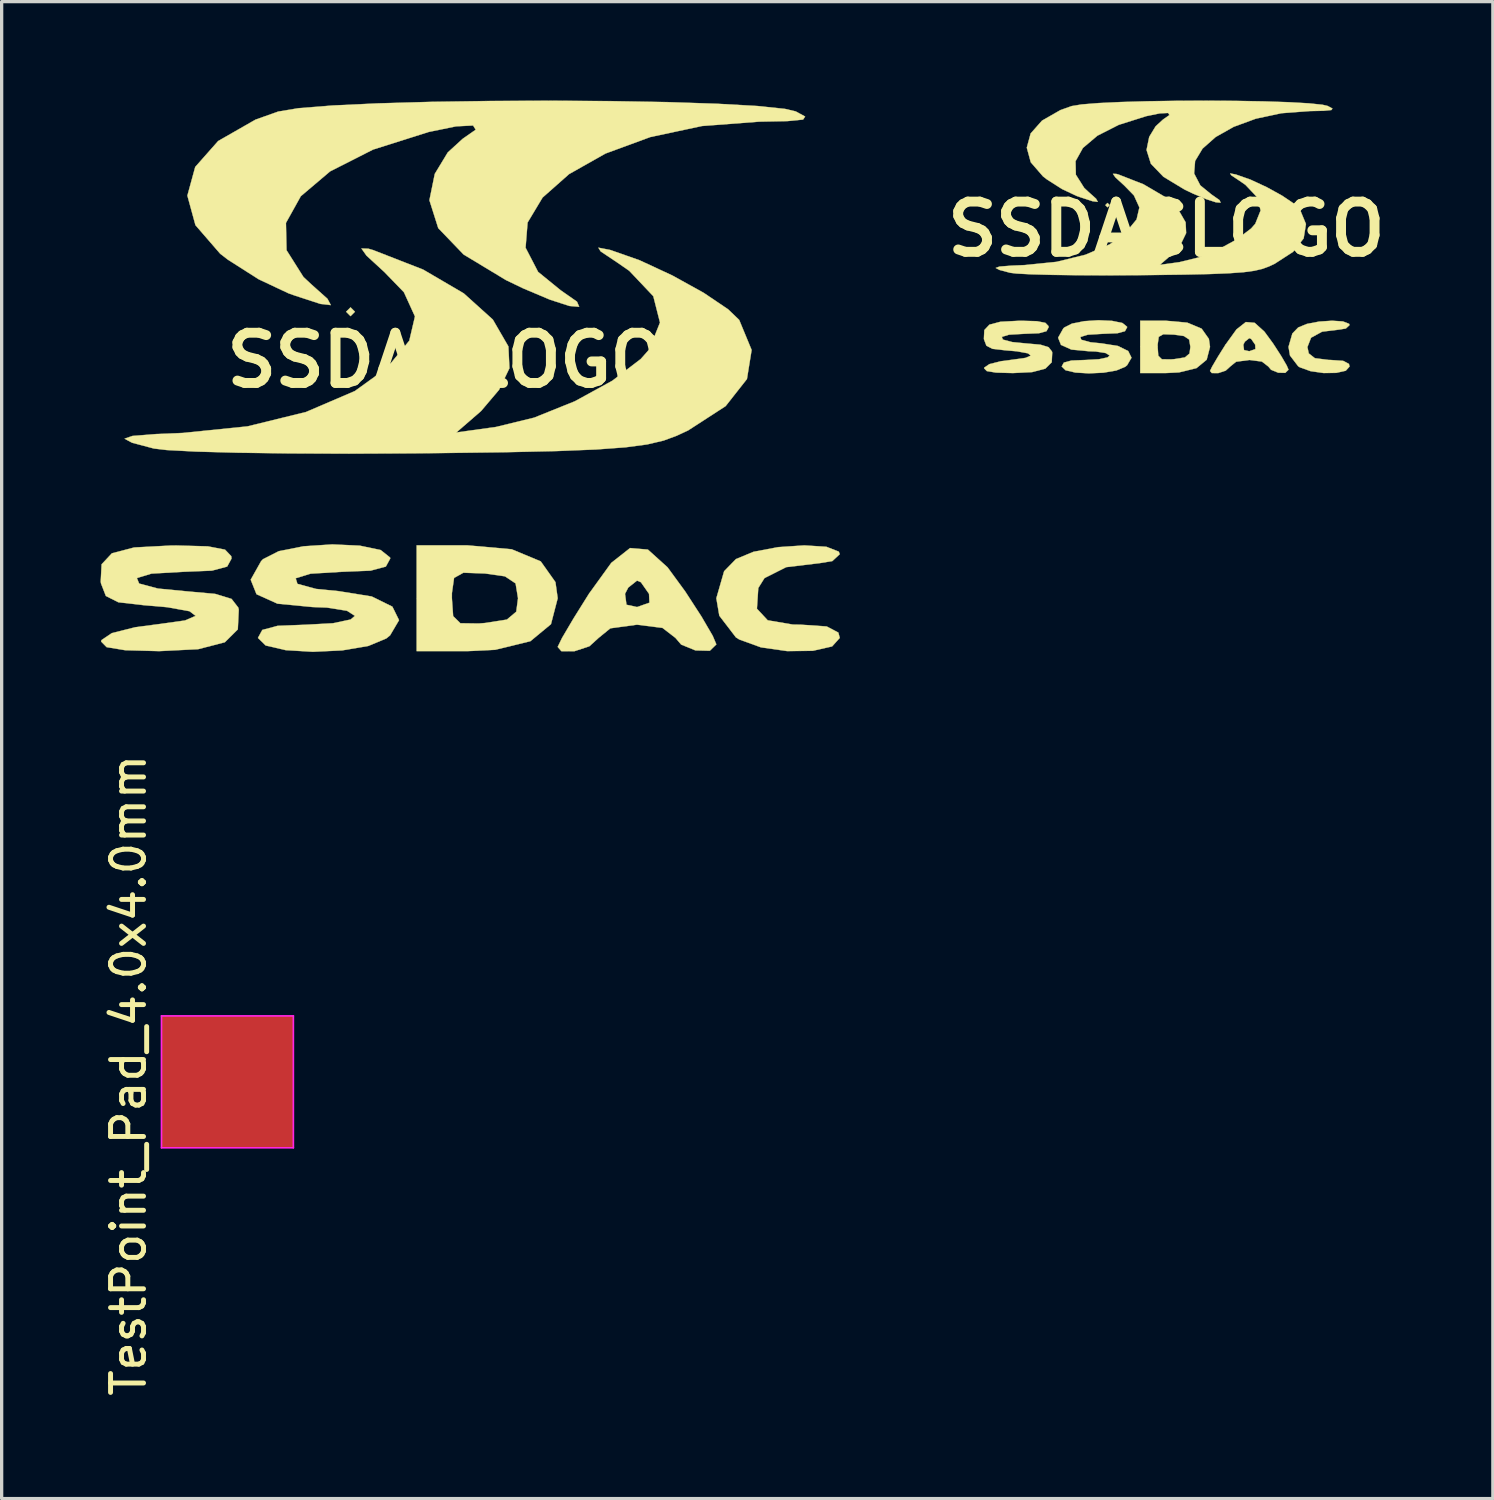
<source format=kicad_pcb>
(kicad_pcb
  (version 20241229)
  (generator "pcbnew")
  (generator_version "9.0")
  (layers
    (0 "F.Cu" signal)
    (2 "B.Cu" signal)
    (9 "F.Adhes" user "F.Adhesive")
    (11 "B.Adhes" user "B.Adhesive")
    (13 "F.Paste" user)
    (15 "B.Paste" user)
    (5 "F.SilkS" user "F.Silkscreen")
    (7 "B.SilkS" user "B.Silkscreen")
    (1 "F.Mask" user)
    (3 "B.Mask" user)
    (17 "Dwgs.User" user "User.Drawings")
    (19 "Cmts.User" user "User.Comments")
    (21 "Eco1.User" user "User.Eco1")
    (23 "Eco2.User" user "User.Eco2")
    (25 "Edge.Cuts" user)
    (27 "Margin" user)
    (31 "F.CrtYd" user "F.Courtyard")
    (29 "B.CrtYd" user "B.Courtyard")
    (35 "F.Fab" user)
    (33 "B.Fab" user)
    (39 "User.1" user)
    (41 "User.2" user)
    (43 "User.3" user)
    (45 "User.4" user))
  (footprint "TestPoint_Pad_4.0x4.0mm"
    (layer "F.Cu")
    (at 3.848 29.763)
    (property "Reference" "TestPoint_Pad_4.0x4.0mm" (at -3 -0.2 270) (layer "F.SilkS") (effects (font (size 1 1) (thickness 0.15))))
    (attr exclude_from_pos_files)
    (fp_line (start -2 -2) (end -2 2) (stroke (width 0.05) (type solid)) (layer "F.CrtYd"))
    (fp_line (start -2 -2) (end 2 -2) (stroke (width 0.05) (type solid)) (layer "F.CrtYd"))
    (fp_line (start 2 2) (end -2 2) (stroke (width 0.05) (type solid)) (layer "F.CrtYd"))
    (fp_line (start 2 2) (end 2 -2) (stroke (width 0.05) (type solid)) (layer "F.CrtYd"))
    (pad "1" smd rect (at 0 0) (size 4 4) (layers "F.Cu" "F.Mask")))
  (footprint "SSDACLOGO"
    (layer "F.Cu")
    (at 32.327 3.899)
    (property "Reference" "SSDACLOGO" (at 0 0 0) (layer "F.SilkS") (effects (font (size 1.524 1.524) (thickness 0.3))))
    (attr through_hole)
    (fp_poly (pts (xy -1.72 -0.728) (xy -1.786 -0.661) (xy -1.852 -0.728) (xy -1.786 -0.794) (xy -1.72 -0.728)) (stroke (width 0.01) (type solid)) (fill yes) (layer "F.SilkS"))
    (fp_poly (pts (xy 0.633 2.837) (xy 1.069 3.019) (xy 1.289 3.33) (xy 1.323 3.572) (xy 1.222 3.961) (xy 0.913 4.216) (xy 0.383 4.346) (xy -0.029 4.366) (xy -0.794 4.366) (xy -0.794 3.572) (xy -0.265 3.572) (xy -0.246 3.84) (xy -0.138 3.947) (xy 0.138 3.951) (xy 0.232 3.944) (xy 0.561 3.892) (xy 0.701 3.774) (xy 0.728 3.572) (xy 0.691 3.349) (xy 0.531 3.243) (xy 0.232 3.2) (xy -0.093 3.189) (xy -0.232 3.267) (xy -0.264 3.494) (xy -0.265 3.572) (xy -0.794 3.572) (xy -0.794 2.778) (xy -0.029 2.778) (xy 0.633 2.837)) (stroke (width 0.01) (type solid)) (fill yes) (layer "F.SilkS"))
    (fp_poly (pts (xy 5.355 2.8) (xy 5.541 2.872) (xy 5.556 2.91) (xy 5.444 3.014) (xy 5.259 3.045) (xy 4.722 3.111) (xy 4.388 3.294) (xy 4.277 3.577) (xy 4.318 3.77) (xy 4.503 3.915) (xy 4.921 3.968) (xy 4.975 3.969) (xy 5.362 3.996) (xy 5.536 4.088) (xy 5.556 4.167) (xy 5.441 4.295) (xy 5.151 4.36) (xy 4.768 4.365) (xy 4.373 4.308) (xy 4.049 4.192) (xy 3.998 4.16) (xy 3.749 3.834) (xy 3.704 3.572) (xy 3.821 3.166) (xy 3.998 2.984) (xy 4.262 2.875) (xy 4.631 2.805) (xy 5.024 2.779) (xy 5.355 2.8)) (stroke (width 0.01) (type solid)) (fill yes) (layer "F.SilkS"))
    (fp_poly (pts (xy 2.677 2.842) (xy 2.972 3.108) (xy 3.238 3.471) (xy 3.481 3.847) (xy 3.649 4.136) (xy 3.704 4.265) (xy 3.606 4.36) (xy 3.391 4.355) (xy 3.176 4.267) (xy 3.091 4.167) (xy 2.896 4.017) (xy 2.514 3.969) (xy 2.113 4.023) (xy 1.937 4.167) (xy 1.799 4.292) (xy 1.573 4.367) (xy 1.378 4.366) (xy 1.323 4.302) (xy 1.389 4.167) (xy 1.561 3.874) (xy 1.79 3.508) (xy 1.792 3.506) (xy 2.333 3.506) (xy 2.355 3.669) (xy 2.514 3.704) (xy 2.7 3.639) (xy 2.694 3.506) (xy 2.572 3.331) (xy 2.514 3.307) (xy 2.382 3.412) (xy 2.333 3.506) (xy 1.792 3.506) (xy 2.127 3.041) (xy 2.409 2.819) (xy 2.677 2.842)) (stroke (width 0.01) (type solid)) (fill yes) (layer "F.SilkS"))
    (fp_poly (pts (xy -1.648 2.783) (xy -1.333 2.848) (xy -1.192 2.962) (xy -1.191 2.977) (xy -1.256 3.096) (xy -1.485 3.158) (xy -1.918 3.175) (xy -2.386 3.203) (xy -2.609 3.272) (xy -2.583 3.356) (xy -2.303 3.432) (xy -1.965 3.466) (xy -1.469 3.545) (xy -1.158 3.698) (xy -1.058 3.901) (xy -1.192 4.129) (xy -1.249 4.175) (xy -1.519 4.288) (xy -1.912 4.355) (xy -2.351 4.375) (xy -2.759 4.351) (xy -3.059 4.281) (xy -3.175 4.167) (xy -3.11 4.048) (xy -2.88 3.986) (xy -2.447 3.969) (xy -2.049 3.947) (xy -1.785 3.891) (xy -1.72 3.836) (xy -1.838 3.76) (xy -2.141 3.712) (xy -2.355 3.704) (xy -2.882 3.654) (xy -3.197 3.512) (xy -3.284 3.294) (xy -3.128 3.015) (xy -3.099 2.986) (xy -2.863 2.866) (xy -2.49 2.792) (xy -2.059 2.764) (xy -1.648 2.783)) (stroke (width 0.01) (type solid)) (fill yes) (layer "F.SilkS"))
    (fp_poly (pts (xy -3.927 2.793) (xy -3.67 2.843) (xy -3.576 2.941) (xy -3.572 2.977) (xy -3.637 3.096) (xy -3.866 3.158) (xy -4.299 3.175) (xy -4.773 3.202) (xy -4.992 3.269) (xy -4.959 3.351) (xy -4.676 3.426) (xy -4.268 3.466) (xy -3.817 3.506) (xy -3.572 3.582) (xy -3.471 3.712) (xy -3.463 3.744) (xy -3.478 4.039) (xy -3.672 4.232) (xy -4.073 4.337) (xy -4.657 4.366) (xy -5.167 4.352) (xy -5.446 4.306) (xy -5.528 4.222) (xy -5.524 4.2) (xy -5.368 4.095) (xy -5.014 4.006) (xy -4.686 3.963) (xy -4.27 3.905) (xy -4.111 3.836) (xy -4.201 3.767) (xy -4.535 3.706) (xy -4.895 3.675) (xy -5.271 3.632) (xy -5.458 3.538) (xy -5.53 3.351) (xy -5.535 3.322) (xy -5.522 3.062) (xy -5.367 2.898) (xy -5.033 2.81) (xy -4.48 2.781) (xy -4.399 2.78) (xy -3.927 2.793)) (stroke (width 0.01) (type solid)) (fill yes) (layer "F.SilkS"))
    (fp_poly (pts (xy 2.123 -3.889) (xy 2.969 -3.874) (xy 3.716 -3.849) (xy 4.32 -3.815) (xy 4.735 -3.772) (xy 4.895 -3.734) (xy 5.036 -3.657) (xy 5.005 -3.612) (xy 4.77 -3.589) (xy 4.346 -3.58) (xy 3.489 -3.515) (xy 2.712 -3.349) (xy 2.039 -3.102) (xy 1.493 -2.793) (xy 1.096 -2.441) (xy 0.871 -2.067) (xy 0.841 -1.688) (xy 1.029 -1.326) (xy 1.368 -1.05) (xy 1.612 -0.879) (xy 1.645 -0.802) (xy 1.5 -0.814) (xy 1.208 -0.909) (xy 0.804 -1.079) (xy 0.548 -1.202) (xy -0.089 -1.587) (xy -0.47 -1.982) (xy -0.602 -2.401) (xy -0.521 -2.797) (xy -0.326 -3.119) (xy -0.103 -3.323) (xy 0.093 -3.459) (xy 0.053 -3.523) (xy -0.202 -3.51) (xy -0.612 -3.426) (xy -1.447 -3.162) (xy -2.092 -2.834) (xy -2.532 -2.462) (xy -2.755 -2.061) (xy -2.746 -1.651) (xy -2.492 -1.249) (xy -2.371 -1.136) (xy -2.132 -0.922) (xy -2.082 -0.827) (xy -2.239 -0.846) (xy -2.62 -0.97) (xy -2.717 -1.004) (xy -3.165 -1.215) (xy -3.626 -1.509) (xy -3.742 -1.599) (xy -4.113 -2.027) (xy -4.234 -2.47) (xy -4.117 -2.901) (xy -3.772 -3.29) (xy -3.212 -3.611) (xy -2.871 -3.732) (xy -2.567 -3.782) (xy -2.053 -3.823) (xy -1.373 -3.855) (xy -0.571 -3.878) (xy 0.308 -3.891) (xy 1.221 -3.894) (xy 2.123 -3.889)) (stroke (width 0.01) (type solid)) (fill yes) (layer "F.SilkS"))
    (fp_poly (pts (xy 2.104 -1.657) (xy 2.117 -1.653) (xy 2.55 -1.501) (xy 3.042 -1.273) (xy 3.514 -1.012) (xy 3.882 -0.763) (xy 4.047 -0.604) (xy 4.233 -0.154) (xy 4.163 0.282) (xy 3.843 0.689) (xy 3.281 1.053) (xy 3.109 1.133) (xy 2.911 1.206) (xy 2.667 1.263) (xy 2.341 1.307) (xy 1.899 1.339) (xy 1.307 1.363) (xy 0.531 1.38) (xy -0.464 1.393) (xy -0.86 1.397) (xy -1.812 1.402) (xy -2.697 1.398) (xy -3.474 1.388) (xy -4.103 1.371) (xy -4.543 1.348) (xy -4.736 1.325) (xy -5.064 1.238) (xy -5.177 1.178) (xy -5.061 1.136) (xy -4.702 1.108) (xy -4.299 1.091) (xy -3.333 0.993) (xy -2.454 0.777) (xy -1.721 0.463) (xy -1.238 0.114) (xy -0.904 -0.293) (xy -0.819 -0.657) (xy -0.984 -1.021) (xy -1.28 -1.325) (xy -1.547 -1.57) (xy -1.622 -1.677) (xy -1.518 -1.674) (xy -1.445 -1.653) (xy -0.696 -1.36) (xy -0.087 -1.003) (xy 0.35 -0.61) (xy 0.583 -0.207) (xy 0.599 0.12) (xy 0.443 0.444) (xy 0.175 0.76) (xy 0.16 0.774) (xy -0.198 1.084) (xy 0.397 1.002) (xy 0.971 0.861) (xy 1.581 0.615) (xy 2.143 0.307) (xy 2.57 -0.019) (xy 2.696 -0.162) (xy 2.858 -0.566) (xy 2.758 -0.961) (xy 2.397 -1.343) (xy 2.219 -1.466) (xy 1.968 -1.633) (xy 1.933 -1.689) (xy 2.104 -1.657)) (stroke (width 0.01) (type solid)) (fill yes) (layer "F.SilkS")))
  (footprint "SSDACLOGO3"
    (layer "F.Cu")
    (at 11.191 7.876)
    (property "Reference" "SSDACLOGO3" (at 0 0 0) (layer "F.SilkS") (effects (font (size 1.524 1.524) (thickness 0.3))))
    (attr through_hole)
    (fp_poly (pts (xy -3.476 -1.471) (xy -3.609 -1.337) (xy -3.743 -1.471) (xy -3.609 -1.604) (xy -3.476 -1.471)) (stroke (width 0.01) (type solid)) (fill yes) (layer "F.SilkS"))
    (fp_poly (pts (xy 1.279 5.734) (xy 2.16 6.101) (xy 2.606 6.73) (xy 2.674 7.219) (xy 2.47 8.005) (xy 1.845 8.522) (xy 0.774 8.783) (xy -0.059 8.823) (xy -1.604 8.823) (xy -1.604 7.219) (xy -0.535 7.219) (xy -0.497 7.761) (xy -0.278 7.977) (xy 0.278 7.985) (xy 0.468 7.97) (xy 1.133 7.866) (xy 1.417 7.627) (xy 1.471 7.219) (xy 1.397 6.769) (xy 1.074 6.554) (xy 0.468 6.468) (xy -0.187 6.445) (xy -0.469 6.603) (xy -0.534 7.061) (xy -0.535 7.219) (xy -1.604 7.219) (xy -1.604 5.615) (xy -0.059 5.615) (xy 1.279 5.734)) (stroke (width 0.01) (type solid)) (fill yes) (layer "F.SilkS"))
    (fp_poly (pts (xy 10.823 5.658) (xy 11.199 5.805) (xy 11.229 5.882) (xy 11.003 6.092) (xy 10.628 6.153) (xy 9.604 6.276) (xy 8.946 6.607) (xy 8.758 6.909) (xy 8.717 7.537) (xy 9.044 7.888) (xy 9.804 8.017) (xy 10.049 8.021) (xy 10.834 8.075) (xy 11.186 8.26) (xy 11.229 8.422) (xy 10.997 8.68) (xy 10.411 8.813) (xy 9.636 8.822) (xy 8.838 8.708) (xy 8.184 8.471) (xy 8.081 8.407) (xy 7.576 7.748) (xy 7.486 7.219) (xy 7.722 6.399) (xy 8.081 6.031) (xy 8.613 5.81) (xy 9.36 5.669) (xy 10.154 5.616) (xy 10.823 5.658)) (stroke (width 0.01) (type solid)) (fill yes) (layer "F.SilkS"))
    (fp_poly (pts (xy 5.41 5.743) (xy 6.006 6.281) (xy 6.543 7.015) (xy 7.035 7.774) (xy 7.376 8.359) (xy 7.486 8.619) (xy 7.288 8.812) (xy 6.852 8.801) (xy 6.419 8.624) (xy 6.246 8.422) (xy 5.852 8.118) (xy 5.08 8.021) (xy 4.271 8.131) (xy 3.914 8.422) (xy 3.636 8.675) (xy 3.18 8.826) (xy 2.785 8.824) (xy 2.674 8.695) (xy 2.807 8.421) (xy 3.155 7.83) (xy 3.618 7.09) (xy 3.621 7.085) (xy 4.716 7.085) (xy 4.76 7.416) (xy 5.08 7.486) (xy 5.457 7.354) (xy 5.444 7.085) (xy 5.197 6.732) (xy 5.08 6.684) (xy 4.813 6.896) (xy 4.716 7.085) (xy 3.621 7.085) (xy 4.299 6.146) (xy 4.869 5.697) (xy 5.41 5.743)) (stroke (width 0.01) (type solid)) (fill yes) (layer "F.SilkS"))
    (fp_poly (pts (xy -3.33 5.624) (xy -2.694 5.757) (xy -2.409 5.985) (xy -2.406 6.016) (xy -2.538 6.258) (xy -3.002 6.382) (xy -3.877 6.417) (xy -4.823 6.474) (xy -5.273 6.613) (xy -5.22 6.783) (xy -4.655 6.936) (xy -3.971 7.004) (xy -2.968 7.165) (xy -2.34 7.474) (xy -2.138 7.884) (xy -2.41 8.345) (xy -2.524 8.438) (xy -3.07 8.666) (xy -3.865 8.801) (xy -4.752 8.843) (xy -5.576 8.793) (xy -6.183 8.652) (xy -6.417 8.422) (xy -6.285 8.18) (xy -5.822 8.056) (xy -4.946 8.021) (xy -4.141 7.977) (xy -3.607 7.864) (xy -3.476 7.754) (xy -3.716 7.599) (xy -4.327 7.502) (xy -4.759 7.486) (xy -5.825 7.384) (xy -6.461 7.097) (xy -6.637 6.657) (xy -6.321 6.094) (xy -6.264 6.035) (xy -5.786 5.792) (xy -5.033 5.643) (xy -4.162 5.586) (xy -3.33 5.624)) (stroke (width 0.01) (type solid)) (fill yes) (layer "F.SilkS"))
    (fp_poly (pts (xy -7.937 5.645) (xy -7.416 5.745) (xy -7.227 5.943) (xy -7.219 6.016) (xy -7.351 6.258) (xy -7.814 6.382) (xy -8.689 6.417) (xy -9.647 6.472) (xy -10.089 6.606) (xy -10.022 6.773) (xy -9.451 6.925) (xy -8.625 7.005) (xy -7.715 7.087) (xy -7.218 7.239) (xy -7.014 7.502) (xy -6.999 7.566) (xy -7.028 8.163) (xy -7.422 8.554) (xy -8.233 8.764) (xy -9.413 8.823) (xy -10.443 8.795) (xy -11.007 8.702) (xy -11.173 8.533) (xy -11.164 8.489) (xy -10.849 8.277) (xy -10.134 8.097) (xy -9.471 8.01) (xy -8.63 7.893) (xy -8.308 7.754) (xy -8.491 7.613) (xy -9.166 7.491) (xy -9.893 7.428) (xy -10.652 7.341) (xy -11.03 7.15) (xy -11.177 6.772) (xy -11.186 6.714) (xy -11.159 6.189) (xy -10.847 5.856) (xy -10.172 5.679) (xy -9.055 5.62) (xy -8.89 5.619) (xy -7.937 5.645)) (stroke (width 0.01) (type solid)) (fill yes) (layer "F.SilkS"))
    (fp_poly (pts (xy 4.29 -7.859) (xy 6.001 -7.829) (xy 7.511 -7.779) (xy 8.73 -7.711) (xy 9.57 -7.623) (xy 9.893 -7.547) (xy 10.179 -7.391) (xy 10.116 -7.299) (xy 9.641 -7.253) (xy 8.784 -7.236) (xy 7.051 -7.104) (xy 5.482 -6.769) (xy 4.122 -6.269) (xy 3.018 -5.645) (xy 2.215 -4.934) (xy 1.761 -4.177) (xy 1.7 -3.412) (xy 2.08 -2.679) (xy 2.764 -2.122) (xy 3.259 -1.776) (xy 3.326 -1.621) (xy 3.031 -1.646) (xy 2.442 -1.836) (xy 1.625 -2.181) (xy 1.107 -2.43) (xy -0.18 -3.207) (xy -0.949 -4.007) (xy -1.217 -4.853) (xy -1.054 -5.652) (xy -0.659 -6.304) (xy -0.208 -6.716) (xy 0.188 -6.992) (xy 0.108 -7.12) (xy -0.408 -7.094) (xy -1.237 -6.924) (xy -2.925 -6.39) (xy -4.228 -5.729) (xy -5.118 -4.975) (xy -5.568 -4.166) (xy -5.55 -3.337) (xy -5.037 -2.524) (xy -4.792 -2.296) (xy -4.308 -1.863) (xy -4.207 -1.672) (xy -4.524 -1.709) (xy -5.296 -1.961) (xy -5.491 -2.03) (xy -6.396 -2.456) (xy -7.329 -3.05) (xy -7.563 -3.231) (xy -8.313 -4.097) (xy -8.558 -4.993) (xy -8.32 -5.862) (xy -7.624 -6.649) (xy -6.492 -7.297) (xy -5.803 -7.542) (xy -5.189 -7.644) (xy -4.149 -7.727) (xy -2.775 -7.791) (xy -1.154 -7.837) (xy 0.623 -7.863) (xy 2.468 -7.871) (xy 4.29 -7.859)) (stroke (width 0.01) (type solid)) (fill yes) (layer "F.SilkS"))
    (fp_poly (pts (xy 4.251 -3.348) (xy 4.278 -3.341) (xy 5.153 -3.034) (xy 6.149 -2.572) (xy 7.101 -2.045) (xy 7.845 -1.543) (xy 8.179 -1.222) (xy 8.556 -0.311) (xy 8.414 0.57) (xy 7.767 1.392) (xy 6.631 2.128) (xy 6.283 2.29) (xy 5.884 2.437) (xy 5.39 2.553) (xy 4.731 2.641) (xy 3.838 2.707) (xy 2.641 2.755) (xy 1.073 2.79) (xy -0.938 2.816) (xy -1.738 2.824) (xy -3.662 2.833) (xy -5.451 2.826) (xy -7.022 2.805) (xy -8.293 2.771) (xy -9.182 2.724) (xy -9.572 2.678) (xy -10.236 2.502) (xy -10.463 2.38) (xy -10.228 2.297) (xy -9.503 2.239) (xy -8.688 2.205) (xy -6.735 2.006) (xy -4.959 1.57) (xy -3.479 0.935) (xy -2.503 0.231) (xy -1.827 -0.593) (xy -1.655 -1.328) (xy -1.99 -2.063) (xy -2.587 -2.679) (xy -3.126 -3.174) (xy -3.278 -3.39) (xy -3.069 -3.383) (xy -2.921 -3.34) (xy -1.406 -2.749) (xy -0.175 -2.028) (xy 0.707 -1.233) (xy 1.179 -0.418) (xy 1.21 0.243) (xy 0.895 0.898) (xy 0.354 1.536) (xy 0.323 1.564) (xy -0.401 2.191) (xy 0.802 2.024) (xy 1.962 1.741) (xy 3.196 1.244) (xy 4.332 0.621) (xy 5.194 -0.038) (xy 5.449 -0.326) (xy 5.777 -1.143) (xy 5.574 -1.942) (xy 4.844 -2.713) (xy 4.484 -2.962) (xy 3.977 -3.301) (xy 3.908 -3.414) (xy 4.251 -3.348)) (stroke (width 0.01) (type solid)) (fill yes) (layer "F.SilkS")))
  (gr_rect
    (start -3 -3)
    (end 42.229 42.402)
    (stroke (width 0.1) (type default))
    (fill no)
    (layer "Edge.Cuts")))
</source>
